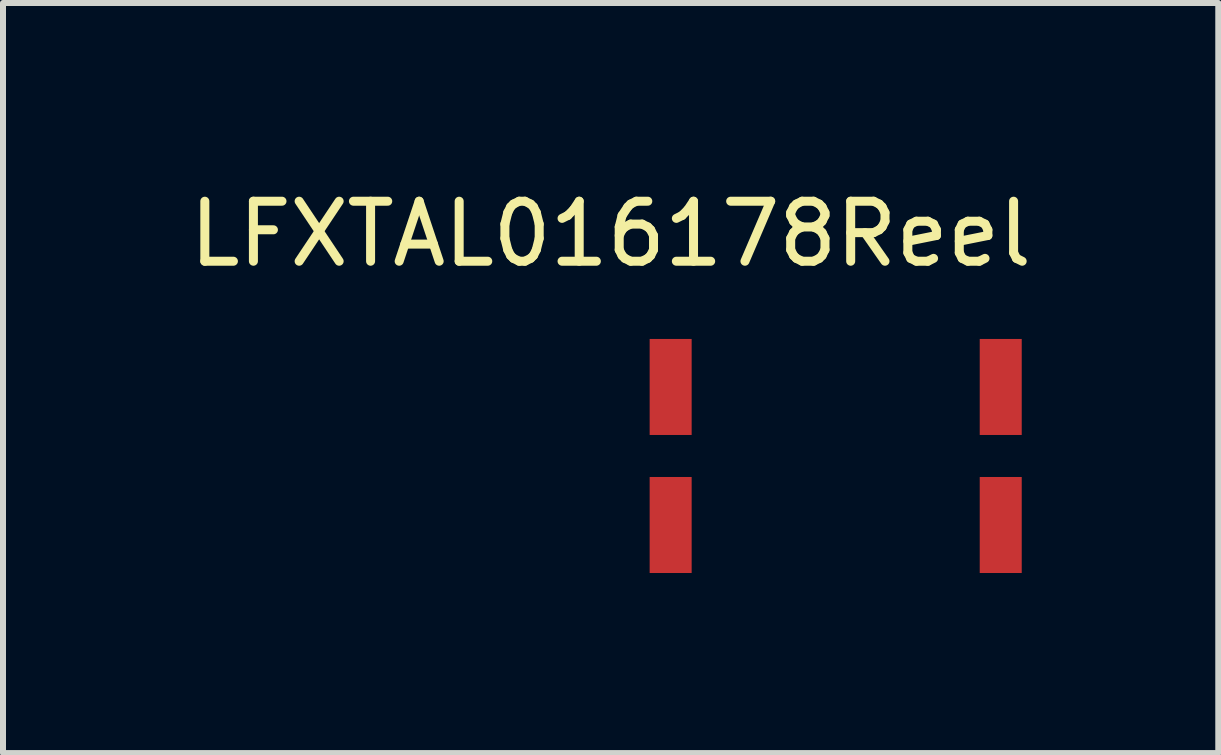
<source format=kicad_pcb>
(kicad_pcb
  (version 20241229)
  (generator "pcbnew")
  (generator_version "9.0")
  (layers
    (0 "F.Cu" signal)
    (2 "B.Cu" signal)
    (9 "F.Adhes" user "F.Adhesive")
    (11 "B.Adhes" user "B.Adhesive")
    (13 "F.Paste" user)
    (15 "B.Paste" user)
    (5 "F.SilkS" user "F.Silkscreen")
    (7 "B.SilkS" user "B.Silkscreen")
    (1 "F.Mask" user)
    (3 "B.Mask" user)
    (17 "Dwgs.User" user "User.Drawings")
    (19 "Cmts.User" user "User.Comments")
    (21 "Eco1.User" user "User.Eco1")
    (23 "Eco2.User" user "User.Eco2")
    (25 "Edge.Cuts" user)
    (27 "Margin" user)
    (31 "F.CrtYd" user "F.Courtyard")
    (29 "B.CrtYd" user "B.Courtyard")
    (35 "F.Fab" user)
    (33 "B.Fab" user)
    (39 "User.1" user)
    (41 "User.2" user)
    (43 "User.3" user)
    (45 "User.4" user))
  (footprint "LFXTAL016178Reel"
    (layer "F.Cu")
    (at 8.125 5.698)
    (property "Reference" "LFXTAL016178Reel" (at -1 -4.85 0) (layer "F.SilkS") (effects (font (size 1 1) (thickness 0.15))))
    (attr through_hole)
    (pad "1" smd rect (at 0 0) (size 0.7 1.6) (layers "F.Cu" "F.Mask" "F.Paste"))
    (pad "2" smd rect (at 5.5 0) (size 0.7 1.6) (layers "F.Cu" "F.Mask" "F.Paste"))
    (pad "3" smd rect (at 5.5 -2.3) (size 0.7 1.6) (layers "F.Cu" "F.Mask" "F.Paste"))
    (pad "4" smd rect (at 0 -2.3) (size 0.7 1.6) (layers "F.Cu" "F.Mask" "F.Paste")))
  (gr_rect
    (start -3 -3)
    (end 17.25 9.498)
    (stroke (width 0.1) (type default))
    (fill no)
    (layer "Edge.Cuts")))
</source>
